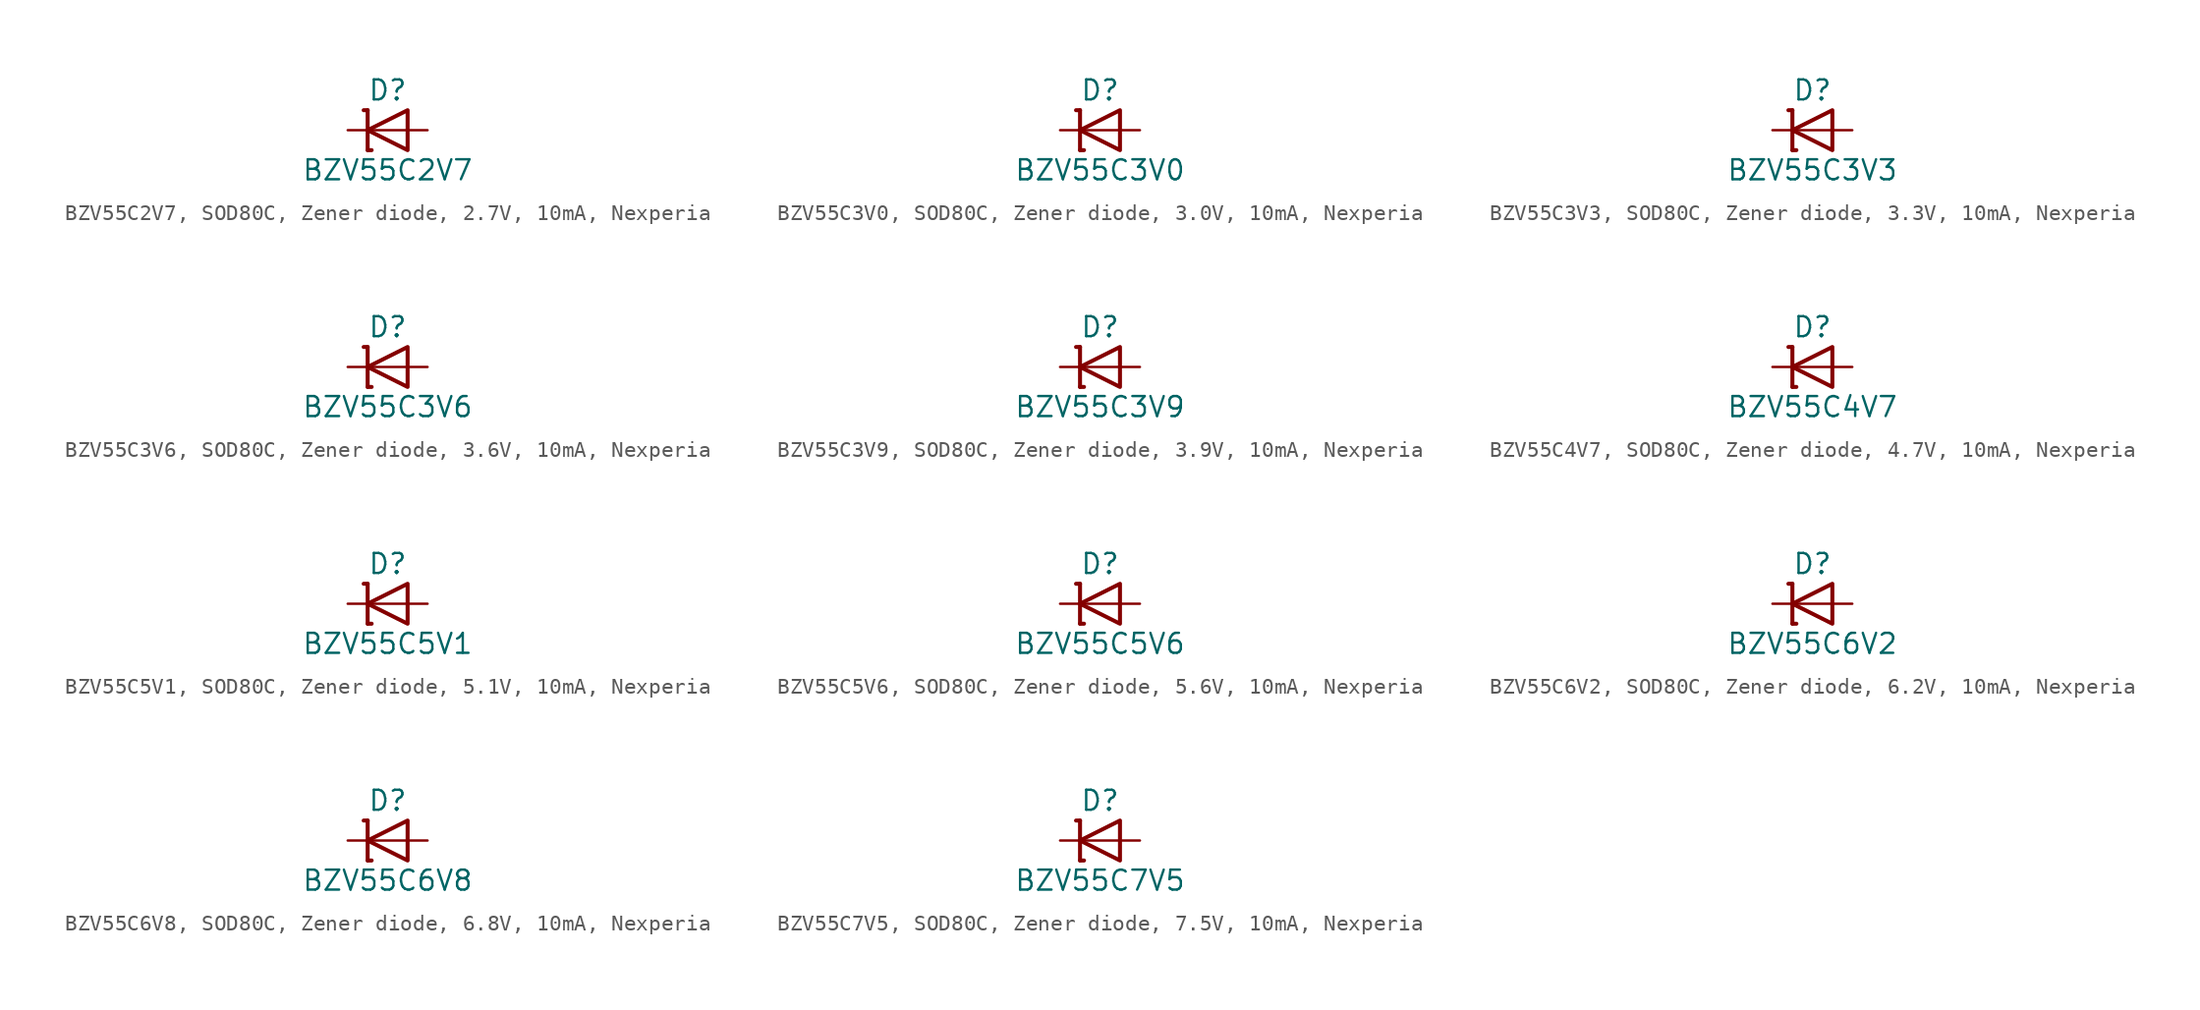
<source format=kicad_sym>
(kicad_symbol_lib
  (version 20241209)
  (generator "kicad_symbol_editor")
  (generator_version "9.0")
  (symbol "BZV55C2V7, SOD80C, Zener diode, 2.7V, 10mA, Nexperia"
    (pin_numbers
      (hide yes))
    (pin_names
      (offset 1.016)
      (hide yes))
    (property "Reference" "D"
      (at 0 2.54 0)
      (effects (font (size 1.27 1.27))))
    (property "Value" "BZV55C2V7"
      (at 0 -2.54 0)
      (effects (font (size 1.27 1.27))))
    (symbol "BZV55C2V7, SOD80C, Zener diode, 2.7V, 10mA, Nexperia_0_0"
      (polyline (pts (xy -1.27 0) (xy 1.27 0)) (stroke (width 0.152) (type default)) (fill (type none))))
    (symbol "BZV55C2V7, SOD80C, Zener diode, 2.7V, 10mA, Nexperia_0_1"
      (polyline (pts (xy -1.524 1.27) (xy -1.27 1.27)) (stroke (width 0.254) (type default)) (fill (type none)))
      (polyline (pts (xy -1.27 1.27) (xy -1.27 -1.27)) (stroke (width 0.254) (type default)) (fill (type none)))
      (polyline (pts (xy -1.27 -1.27) (xy -1.016 -1.27)) (stroke (width 0.254) (type default)) (fill (type none)))
      (polyline (pts (xy 1.27 1.27) (xy 1.27 -1.27) (xy -1.27 0) (xy 1.27 1.27)) (stroke (width 0.254) (type default)) (fill (type none))))
    (symbol "BZV55C2V7, SOD80C, Zener diode, 2.7V, 10mA, Nexperia_1_1"
      (pin passive line (at -2.54 0 0) (length 1.27) (name "C" (effects (font (size 1.27 1.27)))) (number "1" (effects (font (size 1.27 1.27)))))
      (pin passive line (at 2.54 0 180) (length 1.27) (name "A" (effects (font (size 1.27 1.27)))) (number "2" (effects (font (size 1.27 1.27)))))))
  (symbol "BZV55C3V0, SOD80C, Zener diode, 3.0V, 10mA, Nexperia"
    (pin_numbers
      (hide yes))
    (pin_names
      (offset 1.016)
      (hide yes))
    (property "Reference" "D"
      (at 0 2.54 0)
      (effects (font (size 1.27 1.27))))
    (property "Value" "BZV55C3V0"
      (at 0 -2.54 0)
      (effects (font (size 1.27 1.27))))
    (symbol "BZV55C3V0, SOD80C, Zener diode, 3.0V, 10mA, Nexperia_0_0"
      (polyline (pts (xy -1.27 0) (xy 1.27 0)) (stroke (width 0.152) (type default)) (fill (type none))))
    (symbol "BZV55C3V0, SOD80C, Zener diode, 3.0V, 10mA, Nexperia_0_1"
      (polyline (pts (xy -1.524 1.27) (xy -1.27 1.27)) (stroke (width 0.254) (type default)) (fill (type none)))
      (polyline (pts (xy -1.27 1.27) (xy -1.27 -1.27)) (stroke (width 0.254) (type default)) (fill (type none)))
      (polyline (pts (xy -1.27 -1.27) (xy -1.016 -1.27)) (stroke (width 0.254) (type default)) (fill (type none)))
      (polyline (pts (xy 1.27 1.27) (xy 1.27 -1.27) (xy -1.27 0) (xy 1.27 1.27)) (stroke (width 0.254) (type default)) (fill (type none))))
    (symbol "BZV55C3V0, SOD80C, Zener diode, 3.0V, 10mA, Nexperia_1_1"
      (pin passive line (at -2.54 0 0) (length 1.27) (name "C" (effects (font (size 1.27 1.27)))) (number "1" (effects (font (size 1.27 1.27)))))
      (pin passive line (at 2.54 0 180) (length 1.27) (name "A" (effects (font (size 1.27 1.27)))) (number "2" (effects (font (size 1.27 1.27)))))))
  (symbol "BZV55C3V3, SOD80C, Zener diode, 3.3V, 10mA, Nexperia"
    (pin_numbers
      (hide yes))
    (pin_names
      (offset 1.016)
      (hide yes))
    (property "Reference" "D"
      (at 0 2.54 0)
      (effects (font (size 1.27 1.27))))
    (property "Value" "BZV55C3V3"
      (at 0 -2.54 0)
      (effects (font (size 1.27 1.27))))
    (symbol "BZV55C3V3, SOD80C, Zener diode, 3.3V, 10mA, Nexperia_0_0"
      (polyline (pts (xy -1.27 0) (xy 1.27 0)) (stroke (width 0.152) (type default)) (fill (type none))))
    (symbol "BZV55C3V3, SOD80C, Zener diode, 3.3V, 10mA, Nexperia_0_1"
      (polyline (pts (xy -1.524 1.27) (xy -1.27 1.27)) (stroke (width 0.254) (type default)) (fill (type none)))
      (polyline (pts (xy -1.27 1.27) (xy -1.27 -1.27)) (stroke (width 0.254) (type default)) (fill (type none)))
      (polyline (pts (xy -1.27 -1.27) (xy -1.016 -1.27)) (stroke (width 0.254) (type default)) (fill (type none)))
      (polyline (pts (xy 1.27 1.27) (xy 1.27 -1.27) (xy -1.27 0) (xy 1.27 1.27)) (stroke (width 0.254) (type default)) (fill (type none))))
    (symbol "BZV55C3V3, SOD80C, Zener diode, 3.3V, 10mA, Nexperia_1_1"
      (pin passive line (at -2.54 0 0) (length 1.27) (name "C" (effects (font (size 1.27 1.27)))) (number "1" (effects (font (size 1.27 1.27)))))
      (pin passive line (at 2.54 0 180) (length 1.27) (name "A" (effects (font (size 1.27 1.27)))) (number "2" (effects (font (size 1.27 1.27)))))))
  (symbol "BZV55C3V6, SOD80C, Zener diode, 3.6V, 10mA, Nexperia"
    (pin_numbers
      (hide yes))
    (pin_names
      (offset 1.016)
      (hide yes))
    (property "Reference" "D"
      (at 0 2.54 0)
      (effects (font (size 1.27 1.27))))
    (property "Value" "BZV55C3V6"
      (at 0 -2.54 0)
      (effects (font (size 1.27 1.27))))
    (symbol "BZV55C3V6, SOD80C, Zener diode, 3.6V, 10mA, Nexperia_0_0"
      (polyline (pts (xy -1.27 0) (xy 1.27 0)) (stroke (width 0.152) (type default)) (fill (type none))))
    (symbol "BZV55C3V6, SOD80C, Zener diode, 3.6V, 10mA, Nexperia_0_1"
      (polyline (pts (xy -1.524 1.27) (xy -1.27 1.27)) (stroke (width 0.254) (type default)) (fill (type none)))
      (polyline (pts (xy -1.27 1.27) (xy -1.27 -1.27)) (stroke (width 0.254) (type default)) (fill (type none)))
      (polyline (pts (xy -1.27 -1.27) (xy -1.016 -1.27)) (stroke (width 0.254) (type default)) (fill (type none)))
      (polyline (pts (xy 1.27 1.27) (xy 1.27 -1.27) (xy -1.27 0) (xy 1.27 1.27)) (stroke (width 0.254) (type default)) (fill (type none))))
    (symbol "BZV55C3V6, SOD80C, Zener diode, 3.6V, 10mA, Nexperia_1_1"
      (pin passive line (at -2.54 0 0) (length 1.27) (name "C" (effects (font (size 1.27 1.27)))) (number "1" (effects (font (size 1.27 1.27)))))
      (pin passive line (at 2.54 0 180) (length 1.27) (name "A" (effects (font (size 1.27 1.27)))) (number "2" (effects (font (size 1.27 1.27)))))))
  (symbol "BZV55C3V9, SOD80C, Zener diode, 3.9V, 10mA, Nexperia"
    (pin_numbers
      (hide yes))
    (pin_names
      (offset 1.016)
      (hide yes))
    (property "Reference" "D"
      (at 0 2.54 0)
      (effects (font (size 1.27 1.27))))
    (property "Value" "BZV55C3V9"
      (at 0 -2.54 0)
      (effects (font (size 1.27 1.27))))
    (symbol "BZV55C3V9, SOD80C, Zener diode, 3.9V, 10mA, Nexperia_0_0"
      (polyline (pts (xy -1.27 0) (xy 1.27 0)) (stroke (width 0.152) (type default)) (fill (type none))))
    (symbol "BZV55C3V9, SOD80C, Zener diode, 3.9V, 10mA, Nexperia_0_1"
      (polyline (pts (xy -1.524 1.27) (xy -1.27 1.27)) (stroke (width 0.254) (type default)) (fill (type none)))
      (polyline (pts (xy -1.27 1.27) (xy -1.27 -1.27)) (stroke (width 0.254) (type default)) (fill (type none)))
      (polyline (pts (xy -1.27 -1.27) (xy -1.016 -1.27)) (stroke (width 0.254) (type default)) (fill (type none)))
      (polyline (pts (xy 1.27 1.27) (xy 1.27 -1.27) (xy -1.27 0) (xy 1.27 1.27)) (stroke (width 0.254) (type default)) (fill (type none))))
    (symbol "BZV55C3V9, SOD80C, Zener diode, 3.9V, 10mA, Nexperia_1_1"
      (pin passive line (at -2.54 0 0) (length 1.27) (name "C" (effects (font (size 1.27 1.27)))) (number "1" (effects (font (size 1.27 1.27)))))
      (pin passive line (at 2.54 0 180) (length 1.27) (name "A" (effects (font (size 1.27 1.27)))) (number "2" (effects (font (size 1.27 1.27)))))))
  (symbol "BZV55C4V7, SOD80C, Zener diode, 4.7V, 10mA, Nexperia"
    (pin_numbers
      (hide yes))
    (pin_names
      (offset 1.016)
      (hide yes))
    (property "Reference" "D"
      (at 0 2.54 0)
      (effects (font (size 1.27 1.27))))
    (property "Value" "BZV55C4V7"
      (at 0 -2.54 0)
      (effects (font (size 1.27 1.27))))
    (symbol "BZV55C4V7, SOD80C, Zener diode, 4.7V, 10mA, Nexperia_0_0"
      (polyline (pts (xy -1.27 0) (xy 1.27 0)) (stroke (width 0.152) (type default)) (fill (type none))))
    (symbol "BZV55C4V7, SOD80C, Zener diode, 4.7V, 10mA, Nexperia_0_1"
      (polyline (pts (xy -1.524 1.27) (xy -1.27 1.27)) (stroke (width 0.254) (type default)) (fill (type none)))
      (polyline (pts (xy -1.27 1.27) (xy -1.27 -1.27)) (stroke (width 0.254) (type default)) (fill (type none)))
      (polyline (pts (xy -1.27 -1.27) (xy -1.016 -1.27)) (stroke (width 0.254) (type default)) (fill (type none)))
      (polyline (pts (xy 1.27 1.27) (xy 1.27 -1.27) (xy -1.27 0) (xy 1.27 1.27)) (stroke (width 0.254) (type default)) (fill (type none))))
    (symbol "BZV55C4V7, SOD80C, Zener diode, 4.7V, 10mA, Nexperia_1_1"
      (pin passive line (at -2.54 0 0) (length 1.27) (name "C" (effects (font (size 1.27 1.27)))) (number "1" (effects (font (size 1.27 1.27)))))
      (pin passive line (at 2.54 0 180) (length 1.27) (name "A" (effects (font (size 1.27 1.27)))) (number "2" (effects (font (size 1.27 1.27)))))))
  (symbol "BZV55C5V1, SOD80C, Zener diode, 5.1V, 10mA, Nexperia"
    (pin_numbers
      (hide yes))
    (pin_names
      (offset 1.016)
      (hide yes))
    (property "Reference" "D"
      (at 0 2.54 0)
      (effects (font (size 1.27 1.27))))
    (property "Value" "BZV55C5V1"
      (at 0 -2.54 0)
      (effects (font (size 1.27 1.27))))
    (symbol "BZV55C5V1, SOD80C, Zener diode, 5.1V, 10mA, Nexperia_0_0"
      (polyline (pts (xy -1.27 0) (xy 1.27 0)) (stroke (width 0.152) (type default)) (fill (type none))))
    (symbol "BZV55C5V1, SOD80C, Zener diode, 5.1V, 10mA, Nexperia_0_1"
      (polyline (pts (xy -1.524 1.27) (xy -1.27 1.27)) (stroke (width 0.254) (type default)) (fill (type none)))
      (polyline (pts (xy -1.27 1.27) (xy -1.27 -1.27)) (stroke (width 0.254) (type default)) (fill (type none)))
      (polyline (pts (xy -1.27 -1.27) (xy -1.016 -1.27)) (stroke (width 0.254) (type default)) (fill (type none)))
      (polyline (pts (xy 1.27 1.27) (xy 1.27 -1.27) (xy -1.27 0) (xy 1.27 1.27)) (stroke (width 0.254) (type default)) (fill (type none))))
    (symbol "BZV55C5V1, SOD80C, Zener diode, 5.1V, 10mA, Nexperia_1_1"
      (pin passive line (at -2.54 0 0) (length 1.27) (name "C" (effects (font (size 1.27 1.27)))) (number "1" (effects (font (size 1.27 1.27)))))
      (pin passive line (at 2.54 0 180) (length 1.27) (name "A" (effects (font (size 1.27 1.27)))) (number "2" (effects (font (size 1.27 1.27)))))))
  (symbol "BZV55C5V6, SOD80C, Zener diode, 5.6V, 10mA, Nexperia"
    (pin_numbers
      (hide yes))
    (pin_names
      (offset 1.016)
      (hide yes))
    (property "Reference" "D"
      (at 0 2.54 0)
      (effects (font (size 1.27 1.27))))
    (property "Value" "BZV55C5V6"
      (at 0 -2.54 0)
      (effects (font (size 1.27 1.27))))
    (symbol "BZV55C5V6, SOD80C, Zener diode, 5.6V, 10mA, Nexperia_0_0"
      (polyline (pts (xy -1.27 0) (xy 1.27 0)) (stroke (width 0.152) (type default)) (fill (type none))))
    (symbol "BZV55C5V6, SOD80C, Zener diode, 5.6V, 10mA, Nexperia_0_1"
      (polyline (pts (xy -1.524 1.27) (xy -1.27 1.27)) (stroke (width 0.254) (type default)) (fill (type none)))
      (polyline (pts (xy -1.27 1.27) (xy -1.27 -1.27)) (stroke (width 0.254) (type default)) (fill (type none)))
      (polyline (pts (xy -1.27 -1.27) (xy -1.016 -1.27)) (stroke (width 0.254) (type default)) (fill (type none)))
      (polyline (pts (xy 1.27 1.27) (xy 1.27 -1.27) (xy -1.27 0) (xy 1.27 1.27)) (stroke (width 0.254) (type default)) (fill (type none))))
    (symbol "BZV55C5V6, SOD80C, Zener diode, 5.6V, 10mA, Nexperia_1_1"
      (pin passive line (at -2.54 0 0) (length 1.27) (name "C" (effects (font (size 1.27 1.27)))) (number "1" (effects (font (size 1.27 1.27)))))
      (pin passive line (at 2.54 0 180) (length 1.27) (name "A" (effects (font (size 1.27 1.27)))) (number "2" (effects (font (size 1.27 1.27)))))))
  (symbol "BZV55C6V2, SOD80C, Zener diode, 6.2V, 10mA, Nexperia"
    (pin_numbers
      (hide yes))
    (pin_names
      (offset 1.016)
      (hide yes))
    (property "Reference" "D"
      (at 0 2.54 0)
      (effects (font (size 1.27 1.27))))
    (property "Value" "BZV55C6V2"
      (at 0 -2.54 0)
      (effects (font (size 1.27 1.27))))
    (symbol "BZV55C6V2, SOD80C, Zener diode, 6.2V, 10mA, Nexperia_0_0"
      (polyline (pts (xy -1.27 0) (xy 1.27 0)) (stroke (width 0.152) (type default)) (fill (type none))))
    (symbol "BZV55C6V2, SOD80C, Zener diode, 6.2V, 10mA, Nexperia_0_1"
      (polyline (pts (xy -1.524 1.27) (xy -1.27 1.27)) (stroke (width 0.254) (type default)) (fill (type none)))
      (polyline (pts (xy -1.27 1.27) (xy -1.27 -1.27)) (stroke (width 0.254) (type default)) (fill (type none)))
      (polyline (pts (xy -1.27 -1.27) (xy -1.016 -1.27)) (stroke (width 0.254) (type default)) (fill (type none)))
      (polyline (pts (xy 1.27 1.27) (xy 1.27 -1.27) (xy -1.27 0) (xy 1.27 1.27)) (stroke (width 0.254) (type default)) (fill (type none))))
    (symbol "BZV55C6V2, SOD80C, Zener diode, 6.2V, 10mA, Nexperia_1_1"
      (pin passive line (at -2.54 0 0) (length 1.27) (name "C" (effects (font (size 1.27 1.27)))) (number "1" (effects (font (size 1.27 1.27)))))
      (pin passive line (at 2.54 0 180) (length 1.27) (name "A" (effects (font (size 1.27 1.27)))) (number "2" (effects (font (size 1.27 1.27)))))))
  (symbol "BZV55C6V8, SOD80C, Zener diode, 6.8V, 10mA, Nexperia"
    (pin_numbers
      (hide yes))
    (pin_names
      (offset 1.016)
      (hide yes))
    (property "Reference" "D"
      (at 0 2.54 0)
      (effects (font (size 1.27 1.27))))
    (property "Value" "BZV55C6V8"
      (at 0 -2.54 0)
      (effects (font (size 1.27 1.27))))
    (symbol "BZV55C6V8, SOD80C, Zener diode, 6.8V, 10mA, Nexperia_0_0"
      (polyline (pts (xy -1.27 0) (xy 1.27 0)) (stroke (width 0.152) (type default)) (fill (type none))))
    (symbol "BZV55C6V8, SOD80C, Zener diode, 6.8V, 10mA, Nexperia_0_1"
      (polyline (pts (xy -1.524 1.27) (xy -1.27 1.27)) (stroke (width 0.254) (type default)) (fill (type none)))
      (polyline (pts (xy -1.27 1.27) (xy -1.27 -1.27)) (stroke (width 0.254) (type default)) (fill (type none)))
      (polyline (pts (xy -1.27 -1.27) (xy -1.016 -1.27)) (stroke (width 0.254) (type default)) (fill (type none)))
      (polyline (pts (xy 1.27 1.27) (xy 1.27 -1.27) (xy -1.27 0) (xy 1.27 1.27)) (stroke (width 0.254) (type default)) (fill (type none))))
    (symbol "BZV55C6V8, SOD80C, Zener diode, 6.8V, 10mA, Nexperia_1_1"
      (pin passive line (at -2.54 0 0) (length 1.27) (name "C" (effects (font (size 1.27 1.27)))) (number "1" (effects (font (size 1.27 1.27)))))
      (pin passive line (at 2.54 0 180) (length 1.27) (name "A" (effects (font (size 1.27 1.27)))) (number "2" (effects (font (size 1.27 1.27)))))))
  (symbol "BZV55C7V5, SOD80C, Zener diode, 7.5V, 10mA, Nexperia"
    (pin_numbers
      (hide yes))
    (pin_names
      (offset 1.016)
      (hide yes))
    (property "Reference" "D"
      (at 0 2.54 0)
      (effects (font (size 1.27 1.27))))
    (property "Value" "BZV55C7V5"
      (at 0 -2.54 0)
      (effects (font (size 1.27 1.27))))
    (symbol "BZV55C7V5, SOD80C, Zener diode, 7.5V, 10mA, Nexperia_0_0"
      (polyline (pts (xy -1.27 0) (xy 1.27 0)) (stroke (width 0.152) (type default)) (fill (type none))))
    (symbol "BZV55C7V5, SOD80C, Zener diode, 7.5V, 10mA, Nexperia_0_1"
      (polyline (pts (xy -1.524 1.27) (xy -1.27 1.27)) (stroke (width 0.254) (type default)) (fill (type none)))
      (polyline (pts (xy -1.27 1.27) (xy -1.27 -1.27)) (stroke (width 0.254) (type default)) (fill (type none)))
      (polyline (pts (xy -1.27 -1.27) (xy -1.016 -1.27)) (stroke (width 0.254) (type default)) (fill (type none)))
      (polyline (pts (xy 1.27 1.27) (xy 1.27 -1.27) (xy -1.27 0) (xy 1.27 1.27)) (stroke (width 0.254) (type default)) (fill (type none))))
    (symbol "BZV55C7V5, SOD80C, Zener diode, 7.5V, 10mA, Nexperia_1_1"
      (pin passive line (at -2.54 0 0) (length 1.27) (name "C" (effects (font (size 1.27 1.27)))) (number "1" (effects (font (size 1.27 1.27)))))
      (pin passive line (at 2.54 0 180) (length 1.27) (name "A" (effects (font (size 1.27 1.27)))) (number "2" (effects (font (size 1.27 1.27))))))))
</source>
